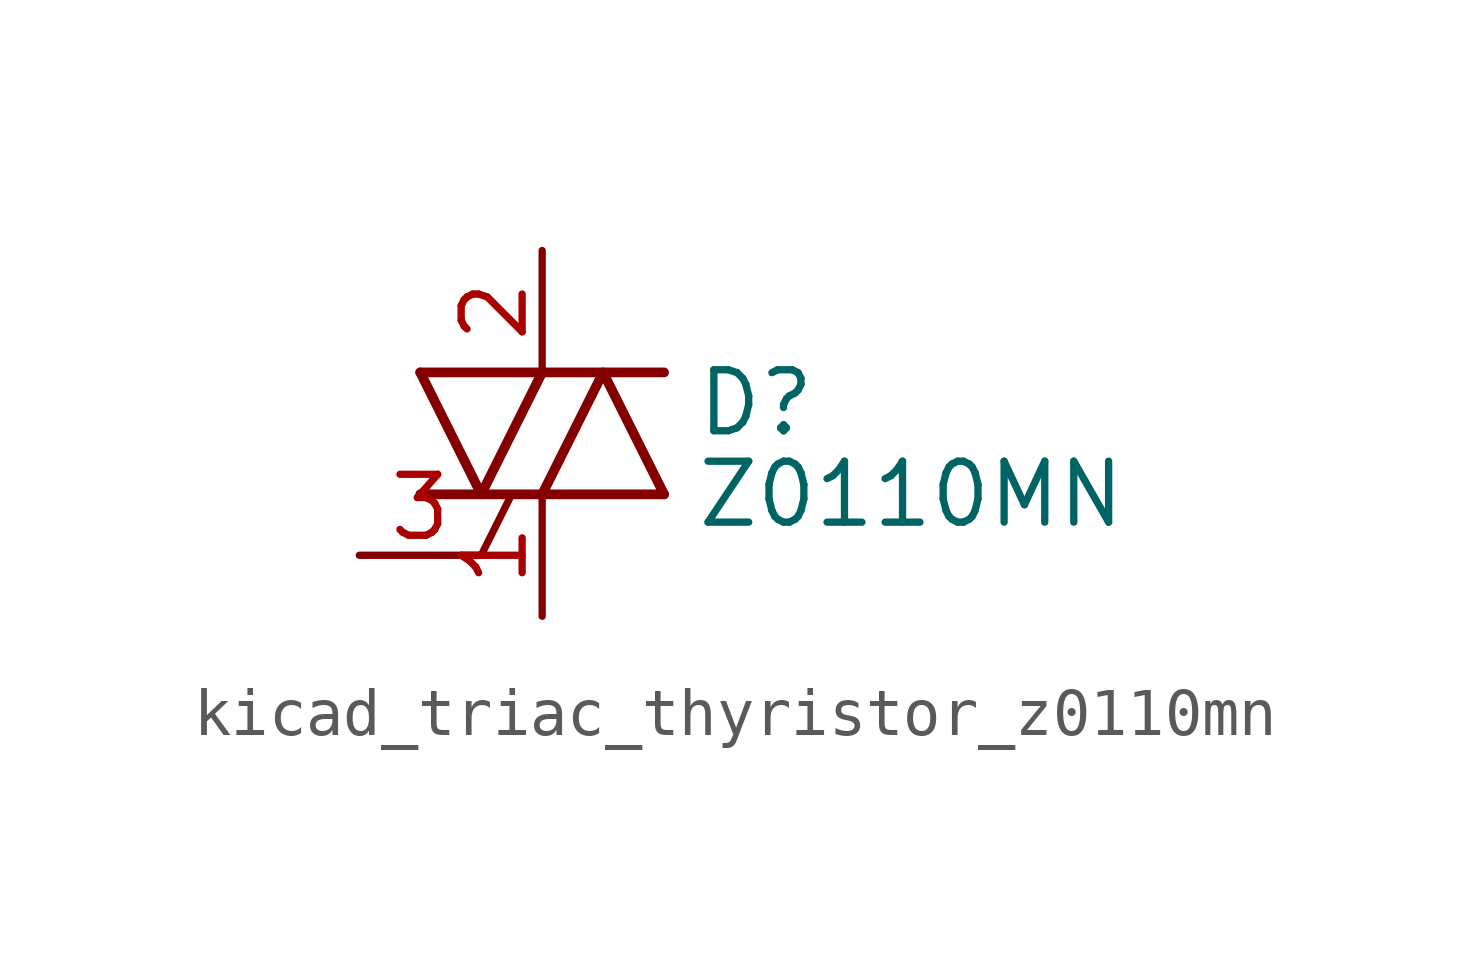
<source format=kicad_sym>
(kicad_symbol_lib
  (version 20220914)
  (generator kicad_symbol_editor)
  (symbol "kicad_triac_thyristor_z0110mn"
    (pin_names
      (offset 0) hide)
    (property "Reference" "D"
      (at 3.175 0.635 0)
      (effects (font (size 1.27 1.27)) (justify left)))
    (property "Value" "Z0110MN"
      (at 3.175 -1.27 0)
      (effects (font (size 1.27 1.27)) (justify left)))
    (symbol "kicad_triac_thyristor_z0110mn_0_1"
      (polyline (pts (xy -2.54 -1.27) (xy 2.54 -1.27)) (stroke (width 0.203) (type default)) (fill (type none)))
      (polyline (pts (xy -2.54 1.27) (xy 2.54 1.27)) (stroke (width 0.203) (type default)) (fill (type none)))
      (polyline (pts (xy -1.27 -2.54) (xy -0.635 -1.27)) (stroke (width 0) (type default)) (fill (type none)))
      (polyline (pts (xy -2.54 1.27) (xy -1.27 -1.27) (xy 0 1.27)) (stroke (width 0.203) (type default)) (fill (type none)))
      (polyline (pts (xy 0 -1.27) (xy 1.27 1.27) (xy 2.54 -1.27)) (stroke (width 0.203) (type default)) (fill (type none))))
    (symbol "kicad_triac_thyristor_z0110mn_1_1"
      (pin passive line (at 0 -3.81 90) (length 2.54) (name "A1" (effects (font (size 1.27 1.27)))) (number "1" (effects (font (size 1.27 1.27)))))
      (pin passive line (at 0 3.81 270) (length 2.54) (name "A2" (effects (font (size 1.27 1.27)))) (number "2" (effects (font (size 1.27 1.27)))))
      (pin input line (at -3.81 -2.54 0) (length 2.54) (name "G" (effects (font (size 1.27 1.27)))) (number "3" (effects (font (size 1.27 1.27)))))
      (pin passive line (at 0 3.81 270) (length 2.54) hide (name "A4" (effects (font (size 1.27 1.27)))) (number "4" (effects (font (size 1.27 1.27))))))))
</source>
